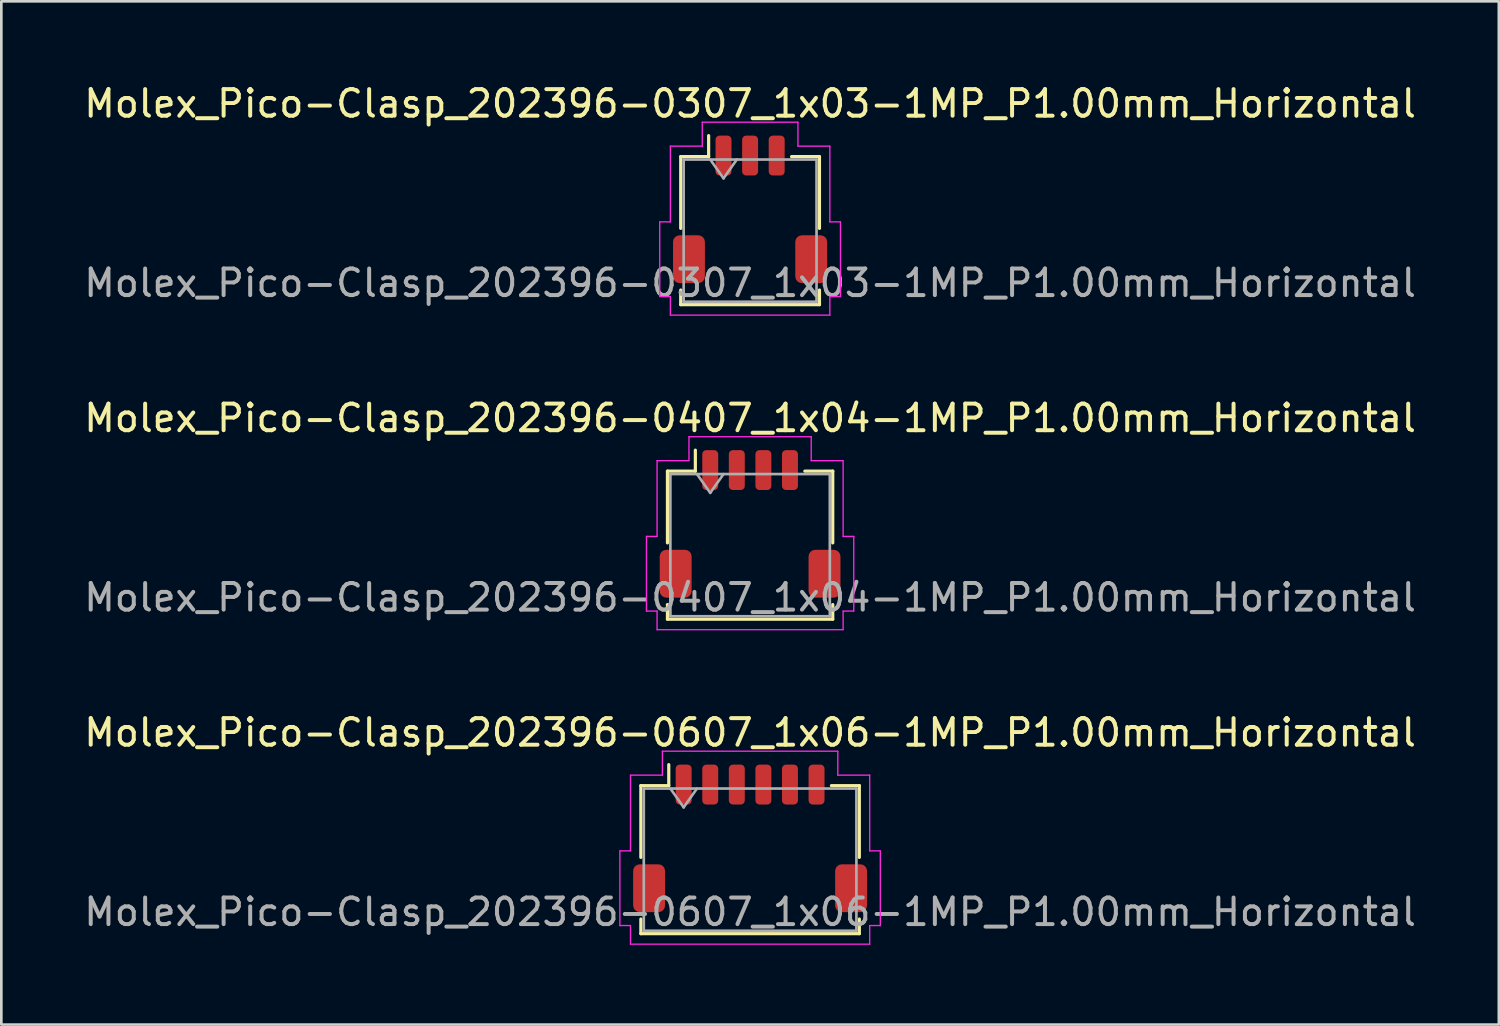
<source format=kicad_pcb>
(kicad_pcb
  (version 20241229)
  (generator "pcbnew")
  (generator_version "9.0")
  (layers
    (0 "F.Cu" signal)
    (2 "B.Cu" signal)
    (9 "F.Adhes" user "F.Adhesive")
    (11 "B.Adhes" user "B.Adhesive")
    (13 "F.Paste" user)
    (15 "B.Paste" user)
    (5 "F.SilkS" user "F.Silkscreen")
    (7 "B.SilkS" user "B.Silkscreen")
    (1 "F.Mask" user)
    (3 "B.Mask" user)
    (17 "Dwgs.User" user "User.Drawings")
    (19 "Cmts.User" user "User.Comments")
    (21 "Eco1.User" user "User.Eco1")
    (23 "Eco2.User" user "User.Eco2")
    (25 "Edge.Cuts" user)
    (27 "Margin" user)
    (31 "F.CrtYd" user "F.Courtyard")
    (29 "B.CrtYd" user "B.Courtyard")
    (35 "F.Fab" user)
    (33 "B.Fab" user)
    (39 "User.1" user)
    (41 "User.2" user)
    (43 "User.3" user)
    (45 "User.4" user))
  (footprint "Molex_Pico-Clasp_202396-0407_1x04-1MP_P1.00mm_Horizontal"
    (layer "F.Cu")
    (at 25.173 16.662)
    (property "Reference" "Molex_Pico-Clasp_202396-0407_1x04-1MP_P1.00mm_Horizontal" (at 0 -3.98 0) (layer "F.SilkS") (effects (font (size 1 1) (thickness 0.15))))
    (attr smd)
    (fp_line (start -3.11 -1.985) (end -2.06 -1.985) (stroke (width 0.12) (type solid)) (layer "F.SilkS"))
    (fp_line (start -3.11 0.715) (end -3.11 -1.985) (stroke (width 0.12) (type solid)) (layer "F.SilkS"))
    (fp_line (start -3.11 3.035) (end -3.11 3.585) (stroke (width 0.12) (type solid)) (layer "F.SilkS"))
    (fp_line (start -3.11 3.585) (end 3.11 3.585) (stroke (width 0.12) (type solid)) (layer "F.SilkS"))
    (fp_line (start -2.06 -1.985) (end -2.06 -2.775) (stroke (width 0.12) (type solid)) (layer "F.SilkS"))
    (fp_line (start 3.11 -1.985) (end 2.06 -1.985) (stroke (width 0.12) (type solid)) (layer "F.SilkS"))
    (fp_line (start 3.11 0.715) (end 3.11 -1.985) (stroke (width 0.12) (type solid)) (layer "F.SilkS"))
    (fp_line (start 3.11 3.585) (end 3.11 3.035) (stroke (width 0.12) (type solid)) (layer "F.SilkS"))
    (fp_line (start -3.9 0.47) (end -3.5 0.47) (stroke (width 0.05) (type solid)) (layer "F.CrtYd"))
    (fp_line (start -3.9 3.28) (end -3.9 0.47) (stroke (width 0.05) (type solid)) (layer "F.CrtYd"))
    (fp_line (start -3.5 -2.38) (end -2.3 -2.38) (stroke (width 0.05) (type solid)) (layer "F.CrtYd"))
    (fp_line (start -3.5 0.47) (end -3.5 -2.38) (stroke (width 0.05) (type solid)) (layer "F.CrtYd"))
    (fp_line (start -3.5 3.28) (end -3.9 3.28) (stroke (width 0.05) (type solid)) (layer "F.CrtYd"))
    (fp_line (start -3.5 3.98) (end -3.5 3.28) (stroke (width 0.05) (type solid)) (layer "F.CrtYd"))
    (fp_line (start -2.3 -3.28) (end 2.3 -3.28) (stroke (width 0.05) (type solid)) (layer "F.CrtYd"))
    (fp_line (start -2.3 -2.38) (end -2.3 -3.28) (stroke (width 0.05) (type solid)) (layer "F.CrtYd"))
    (fp_line (start 2.3 -3.28) (end 2.3 -2.38) (stroke (width 0.05) (type solid)) (layer "F.CrtYd"))
    (fp_line (start 2.3 -2.38) (end 3.5 -2.38) (stroke (width 0.05) (type solid)) (layer "F.CrtYd"))
    (fp_line (start 3.5 -2.38) (end 3.5 0.47) (stroke (width 0.05) (type solid)) (layer "F.CrtYd"))
    (fp_line (start 3.5 0.47) (end 3.9 0.47) (stroke (width 0.05) (type solid)) (layer "F.CrtYd"))
    (fp_line (start 3.5 3.28) (end 3.5 3.98) (stroke (width 0.05) (type solid)) (layer "F.CrtYd"))
    (fp_line (start 3.5 3.98) (end -3.5 3.98) (stroke (width 0.05) (type solid)) (layer "F.CrtYd"))
    (fp_line (start 3.9 0.47) (end 3.9 3.28) (stroke (width 0.05) (type solid)) (layer "F.CrtYd"))
    (fp_line (start 3.9 3.28) (end 3.5 3.28) (stroke (width 0.05) (type solid)) (layer "F.CrtYd"))
    (fp_line (start -3 -1.875) (end -3 3.475) (stroke (width 0.1) (type solid)) (layer "F.Fab"))
    (fp_line (start -3 -1.875) (end 3 -1.875) (stroke (width 0.1) (type solid)) (layer "F.Fab"))
    (fp_line (start -3 3.475) (end 3 3.475) (stroke (width 0.1) (type solid)) (layer "F.Fab"))
    (fp_line (start -2 -1.875) (end -1.5 -1.168) (stroke (width 0.1) (type solid)) (layer "F.Fab"))
    (fp_line (start -1.5 -1.168) (end -1 -1.875) (stroke (width 0.1) (type solid)) (layer "F.Fab"))
    (fp_line (start 3 -1.875) (end 3 3.475) (stroke (width 0.1) (type solid)) (layer "F.Fab"))
    (fp_text user "${REFERENCE}" (at 0 2.77 0) (layer "F.Fab") (effects (font (size 1 1) (thickness 0.15))))
    (pad "1" smd roundrect (at -1.5 -2.025) (size 0.6 1.5) (layers "F.Cu" "F.Mask" "F.Paste") (roundrect_rratio 0.25))
    (pad "2" smd roundrect (at -0.5 -2.025) (size 0.6 1.5) (layers "F.Cu" "F.Mask" "F.Paste") (roundrect_rratio 0.25))
    (pad "3" smd roundrect (at 0.5 -2.025) (size 0.6 1.5) (layers "F.Cu" "F.Mask" "F.Paste") (roundrect_rratio 0.25))
    (pad "4" smd roundrect (at 1.5 -2.025) (size 0.6 1.5) (layers "F.Cu" "F.Mask" "F.Paste") (roundrect_rratio 0.25))
    (pad "MP" smd roundrect (at -2.8 1.875) (size 1.2 1.8) (layers "F.Cu" "F.Mask" "F.Paste") (roundrect_rratio 0.208))
    (pad "MP" smd roundrect (at 2.8 1.875) (size 1.2 1.8) (layers "F.Cu" "F.Mask" "F.Paste") (roundrect_rratio 0.208)))
  (footprint "Molex_Pico-Clasp_202396-0607_1x06-1MP_P1.00mm_Horizontal"
    (layer "F.Cu")
    (at 25.173 28.495)
    (property "Reference" "Molex_Pico-Clasp_202396-0607_1x06-1MP_P1.00mm_Horizontal" (at 0 -3.98 0) (layer "F.SilkS") (effects (font (size 1 1) (thickness 0.15))))
    (attr smd)
    (fp_line (start -4.11 -1.985) (end -3.06 -1.985) (stroke (width 0.12) (type solid)) (layer "F.SilkS"))
    (fp_line (start -4.11 0.715) (end -4.11 -1.985) (stroke (width 0.12) (type solid)) (layer "F.SilkS"))
    (fp_line (start -4.11 3.035) (end -4.11 3.585) (stroke (width 0.12) (type solid)) (layer "F.SilkS"))
    (fp_line (start -4.11 3.585) (end 4.11 3.585) (stroke (width 0.12) (type solid)) (layer "F.SilkS"))
    (fp_line (start -3.06 -1.985) (end -3.06 -2.775) (stroke (width 0.12) (type solid)) (layer "F.SilkS"))
    (fp_line (start 4.11 -1.985) (end 3.06 -1.985) (stroke (width 0.12) (type solid)) (layer "F.SilkS"))
    (fp_line (start 4.11 0.715) (end 4.11 -1.985) (stroke (width 0.12) (type solid)) (layer "F.SilkS"))
    (fp_line (start 4.11 3.585) (end 4.11 3.035) (stroke (width 0.12) (type solid)) (layer "F.SilkS"))
    (fp_line (start -4.9 0.47) (end -4.5 0.47) (stroke (width 0.05) (type solid)) (layer "F.CrtYd"))
    (fp_line (start -4.9 3.28) (end -4.9 0.47) (stroke (width 0.05) (type solid)) (layer "F.CrtYd"))
    (fp_line (start -4.5 -2.38) (end -3.3 -2.38) (stroke (width 0.05) (type solid)) (layer "F.CrtYd"))
    (fp_line (start -4.5 0.47) (end -4.5 -2.38) (stroke (width 0.05) (type solid)) (layer "F.CrtYd"))
    (fp_line (start -4.5 3.28) (end -4.9 3.28) (stroke (width 0.05) (type solid)) (layer "F.CrtYd"))
    (fp_line (start -4.5 3.98) (end -4.5 3.28) (stroke (width 0.05) (type solid)) (layer "F.CrtYd"))
    (fp_line (start -3.3 -3.28) (end 3.3 -3.28) (stroke (width 0.05) (type solid)) (layer "F.CrtYd"))
    (fp_line (start -3.3 -2.38) (end -3.3 -3.28) (stroke (width 0.05) (type solid)) (layer "F.CrtYd"))
    (fp_line (start 3.3 -3.28) (end 3.3 -2.38) (stroke (width 0.05) (type solid)) (layer "F.CrtYd"))
    (fp_line (start 3.3 -2.38) (end 4.5 -2.38) (stroke (width 0.05) (type solid)) (layer "F.CrtYd"))
    (fp_line (start 4.5 -2.38) (end 4.5 0.47) (stroke (width 0.05) (type solid)) (layer "F.CrtYd"))
    (fp_line (start 4.5 0.47) (end 4.9 0.47) (stroke (width 0.05) (type solid)) (layer "F.CrtYd"))
    (fp_line (start 4.5 3.28) (end 4.5 3.98) (stroke (width 0.05) (type solid)) (layer "F.CrtYd"))
    (fp_line (start 4.5 3.98) (end -4.5 3.98) (stroke (width 0.05) (type solid)) (layer "F.CrtYd"))
    (fp_line (start 4.9 0.47) (end 4.9 3.28) (stroke (width 0.05) (type solid)) (layer "F.CrtYd"))
    (fp_line (start 4.9 3.28) (end 4.5 3.28) (stroke (width 0.05) (type solid)) (layer "F.CrtYd"))
    (fp_line (start -4 -1.875) (end -4 3.475) (stroke (width 0.1) (type solid)) (layer "F.Fab"))
    (fp_line (start -4 -1.875) (end 4 -1.875) (stroke (width 0.1) (type solid)) (layer "F.Fab"))
    (fp_line (start -4 3.475) (end 4 3.475) (stroke (width 0.1) (type solid)) (layer "F.Fab"))
    (fp_line (start -3 -1.875) (end -2.5 -1.168) (stroke (width 0.1) (type solid)) (layer "F.Fab"))
    (fp_line (start -2.5 -1.168) (end -2 -1.875) (stroke (width 0.1) (type solid)) (layer "F.Fab"))
    (fp_line (start 4 -1.875) (end 4 3.475) (stroke (width 0.1) (type solid)) (layer "F.Fab"))
    (fp_text user "${REFERENCE}" (at 0 2.77 0) (layer "F.Fab") (effects (font (size 1 1) (thickness 0.15))))
    (pad "1" smd roundrect (at -2.5 -2.025) (size 0.6 1.5) (layers "F.Cu" "F.Mask" "F.Paste") (roundrect_rratio 0.25))
    (pad "2" smd roundrect (at -1.5 -2.025) (size 0.6 1.5) (layers "F.Cu" "F.Mask" "F.Paste") (roundrect_rratio 0.25))
    (pad "3" smd roundrect (at -0.5 -2.025) (size 0.6 1.5) (layers "F.Cu" "F.Mask" "F.Paste") (roundrect_rratio 0.25))
    (pad "4" smd roundrect (at 0.5 -2.025) (size 0.6 1.5) (layers "F.Cu" "F.Mask" "F.Paste") (roundrect_rratio 0.25))
    (pad "5" smd roundrect (at 1.5 -2.025) (size 0.6 1.5) (layers "F.Cu" "F.Mask" "F.Paste") (roundrect_rratio 0.25))
    (pad "6" smd roundrect (at 2.5 -2.025) (size 0.6 1.5) (layers "F.Cu" "F.Mask" "F.Paste") (roundrect_rratio 0.25))
    (pad "MP" smd roundrect (at -3.8 1.875) (size 1.2 1.8) (layers "F.Cu" "F.Mask" "F.Paste") (roundrect_rratio 0.208))
    (pad "MP" smd roundrect (at 3.8 1.875) (size 1.2 1.8) (layers "F.Cu" "F.Mask" "F.Paste") (roundrect_rratio 0.208)))
  (footprint "Molex_Pico-Clasp_202396-0307_1x03-1MP_P1.00mm_Horizontal"
    (layer "F.Cu")
    (at 25.173 4.828)
    (property "Reference" "Molex_Pico-Clasp_202396-0307_1x03-1MP_P1.00mm_Horizontal" (at 0 -3.98 0) (layer "F.SilkS") (effects (font (size 1 1) (thickness 0.15))))
    (attr smd)
    (fp_line (start -2.61 -1.985) (end -1.56 -1.985) (stroke (width 0.12) (type solid)) (layer "F.SilkS"))
    (fp_line (start -2.61 0.715) (end -2.61 -1.985) (stroke (width 0.12) (type solid)) (layer "F.SilkS"))
    (fp_line (start -2.61 3.035) (end -2.61 3.585) (stroke (width 0.12) (type solid)) (layer "F.SilkS"))
    (fp_line (start -2.61 3.585) (end 2.61 3.585) (stroke (width 0.12) (type solid)) (layer "F.SilkS"))
    (fp_line (start -1.56 -1.985) (end -1.56 -2.775) (stroke (width 0.12) (type solid)) (layer "F.SilkS"))
    (fp_line (start 2.61 -1.985) (end 1.56 -1.985) (stroke (width 0.12) (type solid)) (layer "F.SilkS"))
    (fp_line (start 2.61 0.715) (end 2.61 -1.985) (stroke (width 0.12) (type solid)) (layer "F.SilkS"))
    (fp_line (start 2.61 3.585) (end 2.61 3.035) (stroke (width 0.12) (type solid)) (layer "F.SilkS"))
    (fp_line (start -3.4 0.47) (end -3 0.47) (stroke (width 0.05) (type solid)) (layer "F.CrtYd"))
    (fp_line (start -3.4 3.28) (end -3.4 0.47) (stroke (width 0.05) (type solid)) (layer "F.CrtYd"))
    (fp_line (start -3 -2.38) (end -1.8 -2.38) (stroke (width 0.05) (type solid)) (layer "F.CrtYd"))
    (fp_line (start -3 0.47) (end -3 -2.38) (stroke (width 0.05) (type solid)) (layer "F.CrtYd"))
    (fp_line (start -3 3.28) (end -3.4 3.28) (stroke (width 0.05) (type solid)) (layer "F.CrtYd"))
    (fp_line (start -3 3.98) (end -3 3.28) (stroke (width 0.05) (type solid)) (layer "F.CrtYd"))
    (fp_line (start -1.8 -3.28) (end 1.8 -3.28) (stroke (width 0.05) (type solid)) (layer "F.CrtYd"))
    (fp_line (start -1.8 -2.38) (end -1.8 -3.28) (stroke (width 0.05) (type solid)) (layer "F.CrtYd"))
    (fp_line (start 1.8 -3.28) (end 1.8 -2.38) (stroke (width 0.05) (type solid)) (layer "F.CrtYd"))
    (fp_line (start 1.8 -2.38) (end 3 -2.38) (stroke (width 0.05) (type solid)) (layer "F.CrtYd"))
    (fp_line (start 3 -2.38) (end 3 0.47) (stroke (width 0.05) (type solid)) (layer "F.CrtYd"))
    (fp_line (start 3 0.47) (end 3.4 0.47) (stroke (width 0.05) (type solid)) (layer "F.CrtYd"))
    (fp_line (start 3 3.28) (end 3 3.98) (stroke (width 0.05) (type solid)) (layer "F.CrtYd"))
    (fp_line (start 3 3.98) (end -3 3.98) (stroke (width 0.05) (type solid)) (layer "F.CrtYd"))
    (fp_line (start 3.4 0.47) (end 3.4 3.28) (stroke (width 0.05) (type solid)) (layer "F.CrtYd"))
    (fp_line (start 3.4 3.28) (end 3 3.28) (stroke (width 0.05) (type solid)) (layer "F.CrtYd"))
    (fp_line (start -2.5 -1.875) (end -2.5 3.475) (stroke (width 0.1) (type solid)) (layer "F.Fab"))
    (fp_line (start -2.5 -1.875) (end 2.5 -1.875) (stroke (width 0.1) (type solid)) (layer "F.Fab"))
    (fp_line (start -2.5 3.475) (end 2.5 3.475) (stroke (width 0.1) (type solid)) (layer "F.Fab"))
    (fp_line (start -1.5 -1.875) (end -1 -1.168) (stroke (width 0.1) (type solid)) (layer "F.Fab"))
    (fp_line (start -1 -1.168) (end -0.5 -1.875) (stroke (width 0.1) (type solid)) (layer "F.Fab"))
    (fp_line (start 2.5 -1.875) (end 2.5 3.475) (stroke (width 0.1) (type solid)) (layer "F.Fab"))
    (fp_text user "${REFERENCE}" (at 0 2.77 0) (layer "F.Fab") (effects (font (size 1 1) (thickness 0.15))))
    (pad "1" smd roundrect (at -1 -2.025) (size 0.6 1.5) (layers "F.Cu" "F.Mask" "F.Paste") (roundrect_rratio 0.25))
    (pad "2" smd roundrect (at 0 -2.025) (size 0.6 1.5) (layers "F.Cu" "F.Mask" "F.Paste") (roundrect_rratio 0.25))
    (pad "3" smd roundrect (at 1 -2.025) (size 0.6 1.5) (layers "F.Cu" "F.Mask" "F.Paste") (roundrect_rratio 0.25))
    (pad "MP" smd roundrect (at -2.3 1.875) (size 1.2 1.8) (layers "F.Cu" "F.Mask" "F.Paste") (roundrect_rratio 0.208))
    (pad "MP" smd roundrect (at 2.3 1.875) (size 1.2 1.8) (layers "F.Cu" "F.Mask" "F.Paste") (roundrect_rratio 0.208)))
  (gr_rect
    (start -3 -3)
    (end 53.345 35.5)
    (stroke (width 0.1) (type default))
    (fill no)
    (layer "Edge.Cuts")))
</source>
